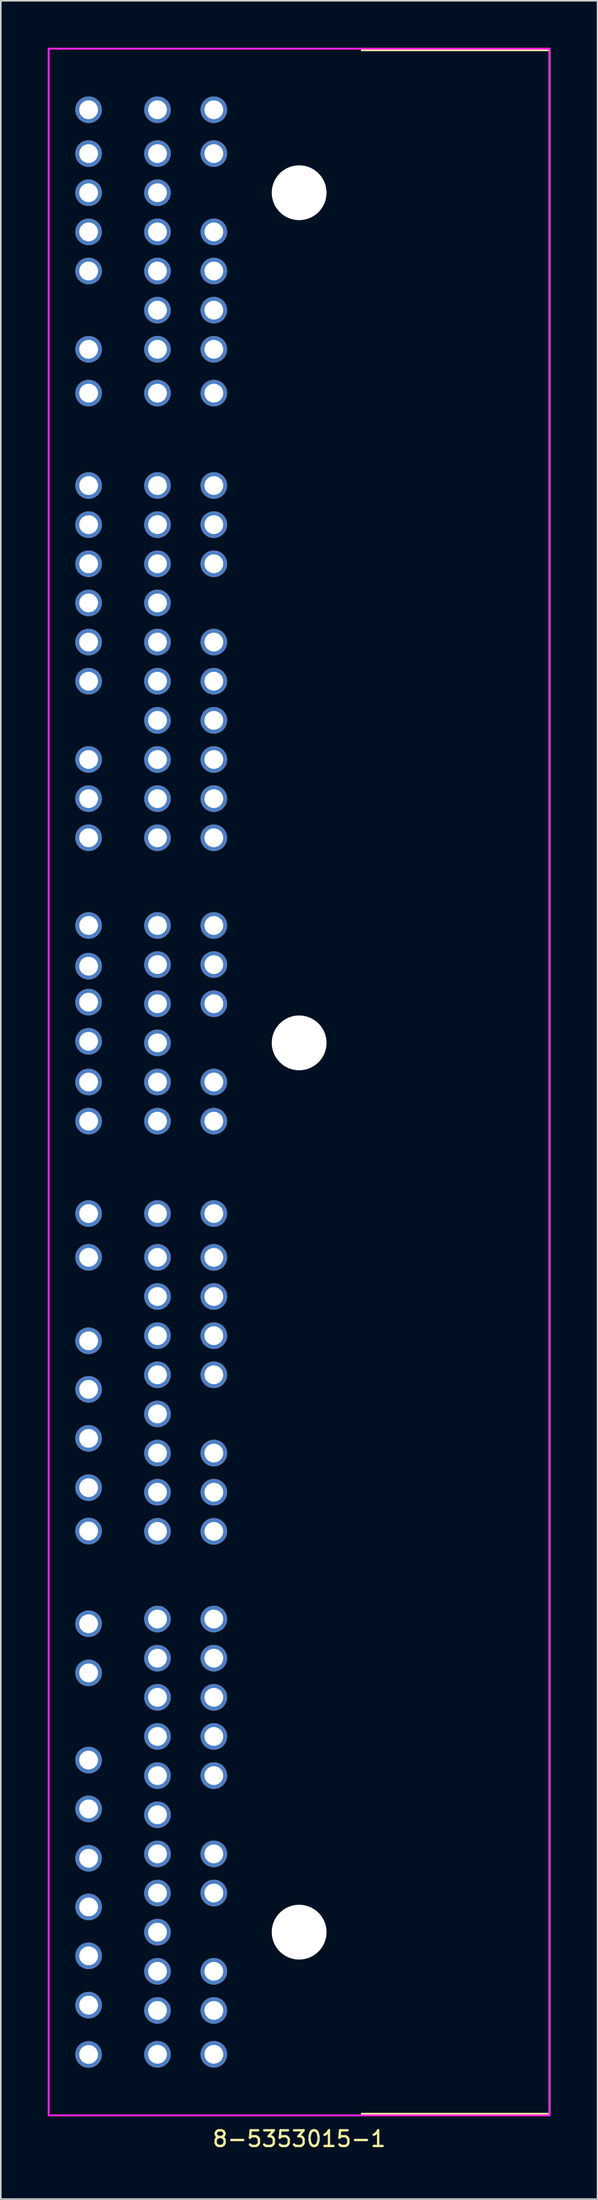
<source format=kicad_pcb>
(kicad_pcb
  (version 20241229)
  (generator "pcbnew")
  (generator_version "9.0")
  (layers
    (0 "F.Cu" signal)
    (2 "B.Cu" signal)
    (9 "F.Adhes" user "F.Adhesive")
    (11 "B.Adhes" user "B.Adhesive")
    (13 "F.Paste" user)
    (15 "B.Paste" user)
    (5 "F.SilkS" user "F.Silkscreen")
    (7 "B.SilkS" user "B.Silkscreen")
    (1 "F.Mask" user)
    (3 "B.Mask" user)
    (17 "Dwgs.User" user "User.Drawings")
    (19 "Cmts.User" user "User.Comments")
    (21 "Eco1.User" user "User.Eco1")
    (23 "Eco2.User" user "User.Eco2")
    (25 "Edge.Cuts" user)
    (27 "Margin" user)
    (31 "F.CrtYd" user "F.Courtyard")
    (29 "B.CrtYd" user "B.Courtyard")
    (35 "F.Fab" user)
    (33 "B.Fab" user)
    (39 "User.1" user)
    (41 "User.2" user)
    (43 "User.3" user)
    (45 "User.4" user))
  (footprint "8-5353015-1"
    (layer "F.Cu")
    (at 16.06 66.06)
    (property "Reference" "8-5353015-1" (at 0 67.5 0) (layer "F.SilkS") (effects (font (size 1 1) (thickness 0.15))))
    (attr through_hole)
    (fp_line (start 16 -65.9) (end 4 -65.9) (stroke (width 0.12) (type solid)) (layer "F.SilkS"))
    (fp_line (start 16 -65.9) (end 16 65.9) (stroke (width 0.12) (type solid)) (layer "F.SilkS"))
    (fp_line (start 16 65.9) (end 4 65.9) (stroke (width 0.12) (type solid)) (layer "F.SilkS"))
    (fp_line (start -16 -66) (end 16 -66) (stroke (width 0.12) (type solid)) (layer "F.CrtYd"))
    (fp_line (start -16 66) (end -16 -66) (stroke (width 0.12) (type solid)) (layer "F.CrtYd"))
    (fp_line (start 16 -66) (end 16 66) (stroke (width 0.12) (type solid)) (layer "F.CrtYd"))
    (fp_line (start 16 66) (end -16 66) (stroke (width 0.12) (type solid)) (layer "F.CrtYd"))
    (pad "" np_thru_hole circle (at 0 -56.8 90) (size 3.5 3.5) (drill 3.5) (layers "*.Cu" "*.Mask"))
    (pad "" np_thru_hole circle (at 0 -2.5) (size 3.5 3.5) (drill 3.5) (layers "*.Cu" "*.Mask"))
    (pad "" np_thru_hole circle (at 0 54.3) (size 3.5 3.5) (drill 3.5) (layers "*.Cu" "*.Mask"))
    (pad "1" thru_hole circle (at -13.45 -62.1) (size 1.7 1.7) (drill 1.2) (layers "*.Cu" "*.Mask"))
    (pad "2" thru_hole circle (at -13.45 -59.3) (size 1.7 1.7) (drill 1.2) (layers "*.Cu" "*.Mask"))
    (pad "3" thru_hole circle (at -13.45 -56.8) (size 1.7 1.7) (drill 1.2) (layers "*.Cu" "*.Mask"))
    (pad "4" thru_hole circle (at -13.45 -54.3) (size 1.7 1.7) (drill 1.2) (layers "*.Cu" "*.Mask"))
    (pad "5" thru_hole circle (at -13.45 -51.8) (size 1.7 1.7) (drill 1.2) (layers "*.Cu" "*.Mask"))
    (pad "6" thru_hole circle (at -13.45 -46.8) (size 1.7 1.7) (drill 1.2) (layers "*.Cu" "*.Mask"))
    (pad "7" thru_hole circle (at -13.45 -44) (size 1.7 1.7) (drill 1.2) (layers "*.Cu" "*.Mask"))
    (pad "8" thru_hole circle (at -9.05 -62.1) (size 1.7 1.7) (drill 1.2) (layers "*.Cu" "*.Mask"))
    (pad "9" thru_hole circle (at -9.05 -59.3) (size 1.7 1.7) (drill 1.2) (layers "*.Cu" "*.Mask"))
    (pad "10" thru_hole circle (at -9.05 -56.8) (size 1.7 1.7) (drill 1.2) (layers "*.Cu" "*.Mask"))
    (pad "11" thru_hole circle (at -9.05 -54.3) (size 1.7 1.7) (drill 1.2) (layers "*.Cu" "*.Mask"))
    (pad "12" thru_hole circle (at -9.05 -51.8) (size 1.7 1.7) (drill 1.2) (layers "*.Cu" "*.Mask"))
    (pad "13" thru_hole circle (at -9.05 -49.3) (size 1.7 1.7) (drill 1.2) (layers "*.Cu" "*.Mask"))
    (pad "14" thru_hole circle (at -9.05 -46.8) (size 1.7 1.7) (drill 1.2) (layers "*.Cu" "*.Mask"))
    (pad "15" thru_hole circle (at -9.05 -44) (size 1.7 1.7) (drill 1.2) (layers "*.Cu" "*.Mask"))
    (pad "16" thru_hole circle (at -5.45 -62.1) (size 1.7 1.7) (drill 1.2) (layers "*.Cu" "*.Mask"))
    (pad "17" thru_hole circle (at -5.45 -59.3) (size 1.7 1.7) (drill 1.2) (layers "*.Cu" "*.Mask"))
    (pad "18" thru_hole circle (at -5.45 -54.3) (size 1.7 1.7) (drill 1.2) (layers "*.Cu" "*.Mask"))
    (pad "19" thru_hole circle (at -5.45 -51.8) (size 1.7 1.7) (drill 1.2) (layers "*.Cu" "*.Mask"))
    (pad "20" thru_hole circle (at -5.45 -49.3) (size 1.7 1.7) (drill 1.2) (layers "*.Cu" "*.Mask"))
    (pad "21" thru_hole circle (at -5.45 -46.8) (size 1.7 1.7) (drill 1.2) (layers "*.Cu" "*.Mask"))
    (pad "22" thru_hole circle (at -5.45 -44) (size 1.7 1.7) (drill 1.2) (layers "*.Cu" "*.Mask"))
    (pad "23" thru_hole circle (at -13.45 -38.1) (size 1.7 1.7) (drill 1.2) (layers "*.Cu" "*.Mask"))
    (pad "24" thru_hole circle (at -13.45 -35.6) (size 1.7 1.7) (drill 1.2) (layers "*.Cu" "*.Mask"))
    (pad "25" thru_hole circle (at -13.45 -33.1) (size 1.7 1.7) (drill 1.2) (layers "*.Cu" "*.Mask"))
    (pad "26" thru_hole circle (at -13.45 -30.6) (size 1.7 1.7) (drill 1.2) (layers "*.Cu" "*.Mask"))
    (pad "27" thru_hole circle (at -13.45 -28.1) (size 1.7 1.7) (drill 1.2) (layers "*.Cu" "*.Mask"))
    (pad "28" thru_hole circle (at -13.45 -25.6) (size 1.7 1.7) (drill 1.2) (layers "*.Cu" "*.Mask"))
    (pad "29" thru_hole circle (at -13.45 -20.6) (size 1.7 1.7) (drill 1.2) (layers "*.Cu" "*.Mask"))
    (pad "30" thru_hole circle (at -13.45 -18.1) (size 1.7 1.7) (drill 1.2) (layers "*.Cu" "*.Mask"))
    (pad "31" thru_hole circle (at -13.45 -15.6) (size 1.7 1.7) (drill 1.2) (layers "*.Cu" "*.Mask"))
    (pad "32" thru_hole circle (at -9.05 -38.1) (size 1.7 1.7) (drill 1.2) (layers "*.Cu" "*.Mask"))
    (pad "33" thru_hole circle (at -9.05 -35.6) (size 1.7 1.7) (drill 1.2) (layers "*.Cu" "*.Mask"))
    (pad "34" thru_hole circle (at -9.05 -33.1) (size 1.7 1.7) (drill 1.2) (layers "*.Cu" "*.Mask"))
    (pad "35" thru_hole circle (at -9.05 -30.6) (size 1.7 1.7) (drill 1.2) (layers "*.Cu" "*.Mask"))
    (pad "36" thru_hole circle (at -9.05 -28.1) (size 1.7 1.7) (drill 1.2) (layers "*.Cu" "*.Mask"))
    (pad "37" thru_hole circle (at -9.05 -25.6) (size 1.7 1.7) (drill 1.2) (layers "*.Cu" "*.Mask"))
    (pad "38" thru_hole circle (at -9.05 -23.1) (size 1.7 1.7) (drill 1.2) (layers "*.Cu" "*.Mask"))
    (pad "39" thru_hole circle (at -9.05 -20.6) (size 1.7 1.7) (drill 1.2) (layers "*.Cu" "*.Mask"))
    (pad "40" thru_hole circle (at -9.05 -18.1) (size 1.7 1.7) (drill 1.2) (layers "*.Cu" "*.Mask"))
    (pad "41" thru_hole circle (at -9.05 -15.6) (size 1.7 1.7) (drill 1.2) (layers "*.Cu" "*.Mask"))
    (pad "42" thru_hole circle (at -5.45 -38.1) (size 1.7 1.7) (drill 1.2) (layers "*.Cu" "*.Mask"))
    (pad "43" thru_hole circle (at -5.45 -35.6) (size 1.7 1.7) (drill 1.2) (layers "*.Cu" "*.Mask"))
    (pad "44" thru_hole circle (at -5.45 -33.1) (size 1.7 1.7) (drill 1.2) (layers "*.Cu" "*.Mask"))
    (pad "45" thru_hole circle (at -5.45 -28.1) (size 1.7 1.7) (drill 1.2) (layers "*.Cu" "*.Mask"))
    (pad "46" thru_hole circle (at -5.45 -25.6) (size 1.7 1.7) (drill 1.2) (layers "*.Cu" "*.Mask"))
    (pad "47" thru_hole circle (at -5.45 -23.1) (size 1.7 1.7) (drill 1.2) (layers "*.Cu" "*.Mask"))
    (pad "48" thru_hole circle (at -5.45 -20.6 90) (size 1.7 1.7) (drill 1.2) (layers "*.Cu" "*.Mask"))
    (pad "49" thru_hole circle (at -5.45 -18.1) (size 1.7 1.7) (drill 1.2) (layers "*.Cu" "*.Mask"))
    (pad "50" thru_hole circle (at -5.45 -15.6) (size 1.7 1.7) (drill 1.2) (layers "*.Cu" "*.Mask"))
    (pad "51" thru_hole circle (at -13.45 -10) (size 1.7 1.7) (drill 1.2) (layers "*.Cu" "*.Mask"))
    (pad "52" thru_hole circle (at -13.45 -7.4) (size 1.7 1.7) (drill 1.2) (layers "*.Cu" "*.Mask"))
    (pad "53" thru_hole circle (at -13.45 -5.1) (size 1.7 1.7) (drill 1.2) (layers "*.Cu" "*.Mask"))
    (pad "54" thru_hole circle (at -13.45 -2.6) (size 1.7 1.7) (drill 1.2) (layers "*.Cu" "*.Mask"))
    (pad "55" thru_hole circle (at -13.45 0) (size 1.7 1.7) (drill 1.2) (layers "*.Cu" "*.Mask"))
    (pad "56" thru_hole circle (at -13.45 2.5) (size 1.7 1.7) (drill 1.2) (layers "*.Cu" "*.Mask"))
    (pad "57" thru_hole circle (at -9.05 -10) (size 1.7 1.7) (drill 1.2) (layers "*.Cu" "*.Mask"))
    (pad "58" thru_hole circle (at -9.05 -7.5) (size 1.7 1.7) (drill 1.2) (layers "*.Cu" "*.Mask"))
    (pad "59" thru_hole circle (at -9.05 -5) (size 1.7 1.7) (drill 1.2) (layers "*.Cu" "*.Mask"))
    (pad "60" thru_hole circle (at -9.05 -2.5) (size 1.7 1.7) (drill 1.2) (layers "*.Cu" "*.Mask"))
    (pad "61" thru_hole circle (at -9.05 0) (size 1.7 1.7) (drill 1.2) (layers "*.Cu" "*.Mask"))
    (pad "62" thru_hole circle (at -9.05 2.5) (size 1.7 1.7) (drill 1.2) (layers "*.Cu" "*.Mask"))
    (pad "63" thru_hole circle (at -5.45 -10) (size 1.7 1.7) (drill 1.2) (layers "*.Cu" "*.Mask"))
    (pad "64" thru_hole circle (at -5.45 -7.5 90) (size 1.7 1.7) (drill 1.2) (layers "*.Cu" "*.Mask"))
    (pad "65" thru_hole circle (at -5.45 -5) (size 1.7 1.7) (drill 1.2) (layers "*.Cu" "*.Mask"))
    (pad "66" thru_hole circle (at -5.45 0) (size 1.7 1.7) (drill 1.2) (layers "*.Cu" "*.Mask"))
    (pad "67" thru_hole circle (at -5.45 2.5) (size 1.7 1.7) (drill 1.2) (layers "*.Cu" "*.Mask"))
    (pad "68" thru_hole circle (at -13.45 8.4) (size 1.7 1.7) (drill 1.2) (layers "*.Cu" "*.Mask"))
    (pad "69" thru_hole circle (at -13.45 11.2) (size 1.7 1.7) (drill 1.2) (layers "*.Cu" "*.Mask"))
    (pad "70" thru_hole circle (at -13.45 16.53) (size 1.7 1.7) (drill 1.2) (layers "*.Cu" "*.Mask"))
    (pad "71" thru_hole circle (at -13.45 19.63) (size 1.7 1.7) (drill 1.2) (layers "*.Cu" "*.Mask"))
    (pad "72" thru_hole circle (at -13.45 22.76) (size 1.7 1.7) (drill 1.2) (layers "*.Cu" "*.Mask"))
    (pad "73" thru_hole circle (at -13.45 25.91) (size 1.7 1.7) (drill 1.2) (layers "*.Cu" "*.Mask"))
    (pad "74" thru_hole circle (at -13.45 28.68) (size 1.7 1.7) (drill 1.2) (layers "*.Cu" "*.Mask"))
    (pad "75" thru_hole circle (at -9.05 8.4) (size 1.7 1.7) (drill 1.2) (layers "*.Cu" "*.Mask"))
    (pad "76" thru_hole circle (at -9.05 11.2) (size 1.7 1.7) (drill 1.2) (layers "*.Cu" "*.Mask"))
    (pad "77" thru_hole circle (at -9.05 13.7) (size 1.7 1.7) (drill 1.2) (layers "*.Cu" "*.Mask"))
    (pad "78" thru_hole circle (at -9.05 16.2) (size 1.7 1.7) (drill 1.2) (layers "*.Cu" "*.Mask"))
    (pad "79" thru_hole circle (at -9.05 18.7) (size 1.7 1.7) (drill 1.2) (layers "*.Cu" "*.Mask"))
    (pad "80" thru_hole circle (at -9.05 21.2) (size 1.7 1.7) (drill 1.2) (layers "*.Cu" "*.Mask"))
    (pad "81" thru_hole circle (at -9.05 23.7) (size 1.7 1.7) (drill 1.2) (layers "*.Cu" "*.Mask"))
    (pad "82" thru_hole circle (at -9.05 26.2) (size 1.7 1.7) (drill 1.2) (layers "*.Cu" "*.Mask"))
    (pad "83" thru_hole circle (at -9.05 28.7) (size 1.7 1.7) (drill 1.2) (layers "*.Cu" "*.Mask"))
    (pad "84" thru_hole circle (at -5.45 8.4) (size 1.7 1.7) (drill 1.2) (layers "*.Cu" "*.Mask"))
    (pad "85" thru_hole circle (at -5.45 11.2) (size 1.7 1.7) (drill 1.2) (layers "*.Cu" "*.Mask"))
    (pad "86" thru_hole circle (at -5.45 13.7) (size 1.7 1.7) (drill 1.2) (layers "*.Cu" "*.Mask"))
    (pad "87" thru_hole circle (at -5.45 16.2) (size 1.7 1.7) (drill 1.2) (layers "*.Cu" "*.Mask"))
    (pad "88" thru_hole circle (at -5.45 18.7) (size 1.7 1.7) (drill 1.2) (layers "*.Cu" "*.Mask"))
    (pad "89" thru_hole circle (at -5.45 23.7) (size 1.7 1.7) (drill 1.2) (layers "*.Cu" "*.Mask"))
    (pad "90" thru_hole circle (at -5.45 26.2) (size 1.7 1.7) (drill 1.2) (layers "*.Cu" "*.Mask"))
    (pad "91" thru_hole circle (at -5.45 28.7) (size 1.7 1.7) (drill 1.2) (layers "*.Cu" "*.Mask"))
    (pad "92" thru_hole circle (at -13.45 34.6) (size 1.7 1.7) (drill 1.2) (layers "*.Cu" "*.Mask"))
    (pad "93" thru_hole circle (at -13.45 37.74) (size 1.7 1.7) (drill 1.2) (layers "*.Cu" "*.Mask"))
    (pad "94" thru_hole circle (at -13.45 43.31) (size 1.7 1.7) (drill 1.2) (layers "*.Cu" "*.Mask"))
    (pad "95" thru_hole circle (at -13.45 46.43) (size 1.7 1.7) (drill 1.2) (layers "*.Cu" "*.Mask"))
    (pad "96" thru_hole circle (at -13.45 49.58) (size 1.7 1.7) (drill 1.2) (layers "*.Cu" "*.Mask"))
    (pad "97" thru_hole circle (at -13.45 52.69) (size 1.7 1.7) (drill 1.2) (layers "*.Cu" "*.Mask"))
    (pad "98" thru_hole circle (at -13.45 55.81) (size 1.7 1.7) (drill 1.2) (layers "*.Cu" "*.Mask"))
    (pad "99" thru_hole circle (at -13.45 58.96) (size 1.7 1.7) (drill 1.2) (layers "*.Cu" "*.Mask"))
    (pad "100" thru_hole circle (at -13.45 62.11) (size 1.7 1.7) (drill 1.2) (layers "*.Cu" "*.Mask"))
    (pad "101" thru_hole circle (at -9.05 34.3) (size 1.7 1.7) (drill 1.2) (layers "*.Cu" "*.Mask"))
    (pad "102" thru_hole circle (at -9.05 36.8) (size 1.7 1.7) (drill 1.2) (layers "*.Cu" "*.Mask"))
    (pad "103" thru_hole circle (at -9.05 39.3) (size 1.7 1.7) (drill 1.2) (layers "*.Cu" "*.Mask"))
    (pad "104" thru_hole circle (at -9.05 41.8) (size 1.7 1.7) (drill 1.2) (layers "*.Cu" "*.Mask"))
    (pad "105" thru_hole circle (at -9.05 44.3) (size 1.7 1.7) (drill 1.2) (layers "*.Cu" "*.Mask"))
    (pad "106" thru_hole circle (at -9.05 46.8) (size 1.7 1.7) (drill 1.2) (layers "*.Cu" "*.Mask"))
    (pad "107" thru_hole circle (at -9.05 49.3) (size 1.7 1.7) (drill 1.2) (layers "*.Cu" "*.Mask"))
    (pad "108" thru_hole circle (at -9.05 51.8) (size 1.7 1.7) (drill 1.2) (layers "*.Cu" "*.Mask"))
    (pad "109" thru_hole circle (at -9.05 54.3) (size 1.7 1.7) (drill 1.2) (layers "*.Cu" "*.Mask"))
    (pad "110" thru_hole circle (at -9.05 56.8) (size 1.7 1.7) (drill 1.2) (layers "*.Cu" "*.Mask"))
    (pad "111" thru_hole circle (at -9.05 59.3) (size 1.7 1.7) (drill 1.2) (layers "*.Cu" "*.Mask"))
    (pad "112" thru_hole circle (at -9.05 62.1) (size 1.7 1.7) (drill 1.2) (layers "*.Cu" "*.Mask"))
    (pad "113" thru_hole circle (at -5.45 34.3) (size 1.7 1.7) (drill 1.2) (layers "*.Cu" "*.Mask"))
    (pad "114" thru_hole circle (at -5.45 36.8) (size 1.7 1.7) (drill 1.2) (layers "*.Cu" "*.Mask"))
    (pad "115" thru_hole circle (at -5.45 39.3) (size 1.7 1.7) (drill 1.2) (layers "*.Cu" "*.Mask"))
    (pad "116" thru_hole circle (at -5.45 41.8) (size 1.7 1.7) (drill 1.2) (layers "*.Cu" "*.Mask"))
    (pad "117" thru_hole circle (at -5.45 44.3) (size 1.7 1.7) (drill 1.2) (layers "*.Cu" "*.Mask"))
    (pad "118" thru_hole circle (at -5.45 49.3) (size 1.7 1.7) (drill 1.2) (layers "*.Cu" "*.Mask"))
    (pad "119" thru_hole circle (at -5.45 51.8) (size 1.7 1.7) (drill 1.2) (layers "*.Cu" "*.Mask"))
    (pad "120" thru_hole circle (at -5.45 56.8) (size 1.7 1.7) (drill 1.2) (layers "*.Cu" "*.Mask"))
    (pad "121" thru_hole circle (at -5.45 59.3) (size 1.7 1.7) (drill 1.2) (layers "*.Cu" "*.Mask"))
    (pad "122" thru_hole circle (at -5.45 62.1) (size 1.7 1.7) (drill 1.2) (layers "*.Cu" "*.Mask")))
  (gr_rect
    (start -3 -3)
    (end 35.12 137.408)
    (stroke (width 0.1) (type default))
    (fill no)
    (layer "Edge.Cuts")))
</source>
